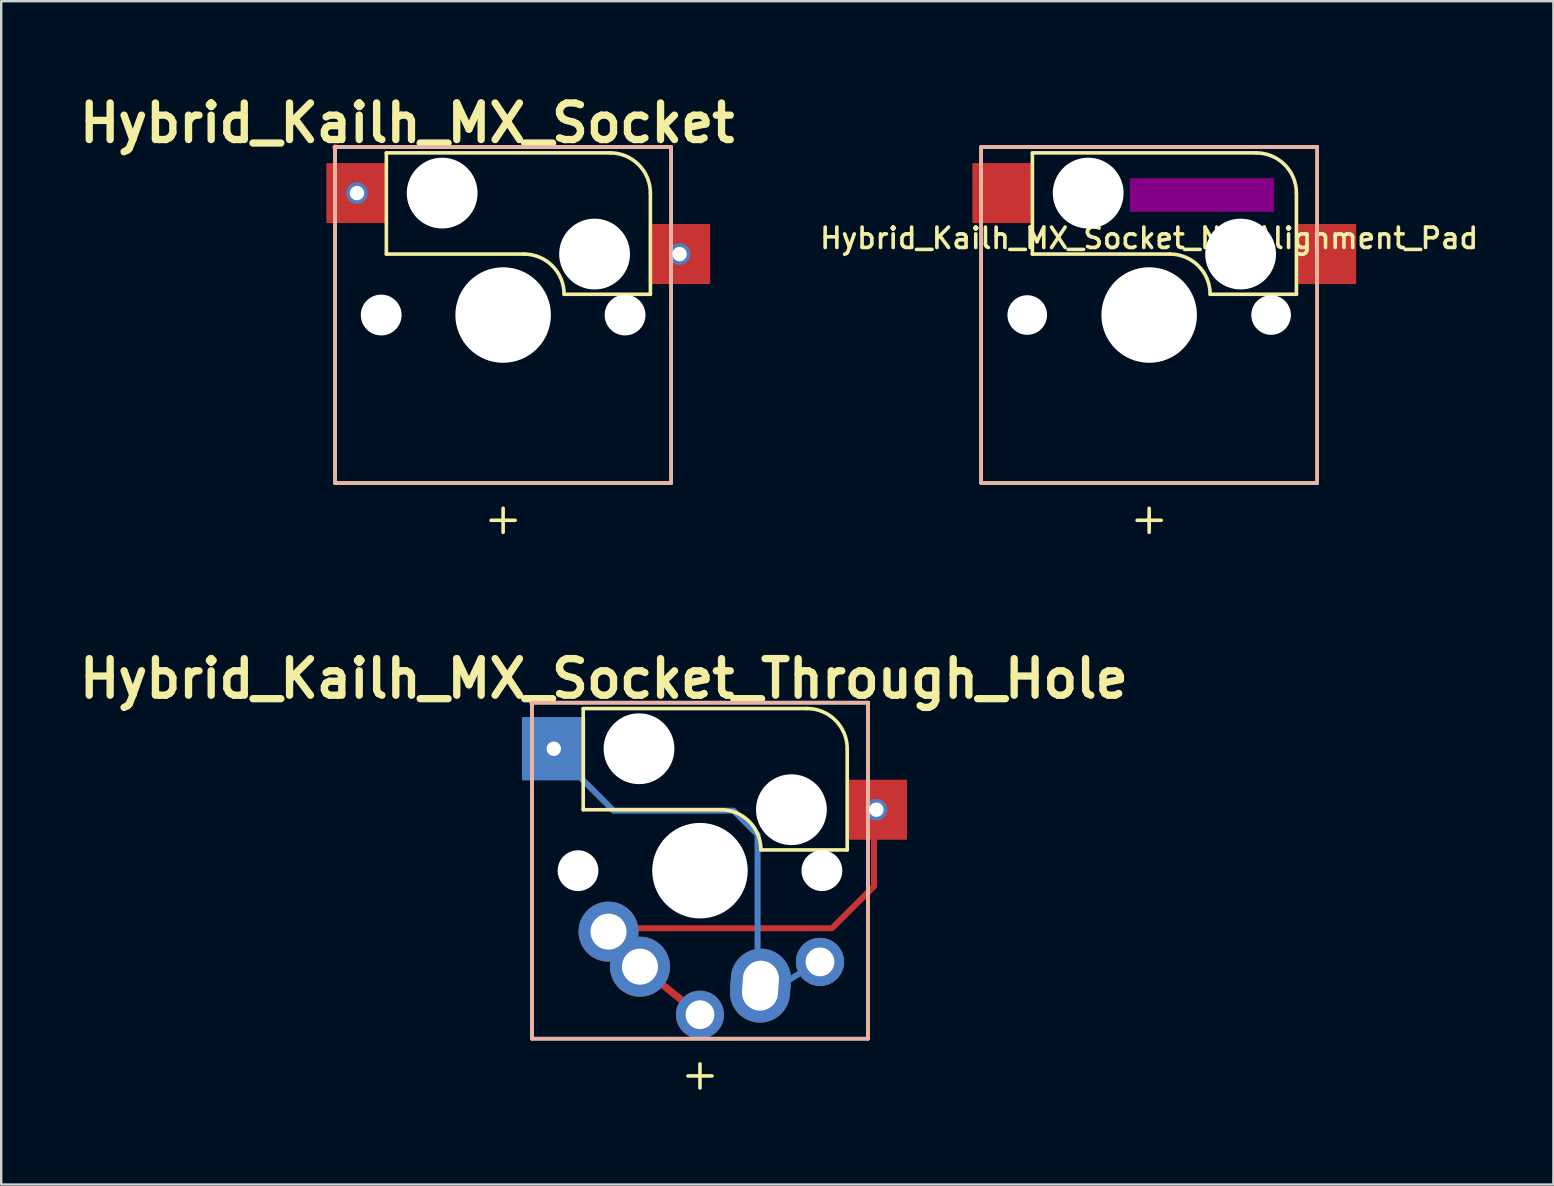
<source format=kicad_pcb>
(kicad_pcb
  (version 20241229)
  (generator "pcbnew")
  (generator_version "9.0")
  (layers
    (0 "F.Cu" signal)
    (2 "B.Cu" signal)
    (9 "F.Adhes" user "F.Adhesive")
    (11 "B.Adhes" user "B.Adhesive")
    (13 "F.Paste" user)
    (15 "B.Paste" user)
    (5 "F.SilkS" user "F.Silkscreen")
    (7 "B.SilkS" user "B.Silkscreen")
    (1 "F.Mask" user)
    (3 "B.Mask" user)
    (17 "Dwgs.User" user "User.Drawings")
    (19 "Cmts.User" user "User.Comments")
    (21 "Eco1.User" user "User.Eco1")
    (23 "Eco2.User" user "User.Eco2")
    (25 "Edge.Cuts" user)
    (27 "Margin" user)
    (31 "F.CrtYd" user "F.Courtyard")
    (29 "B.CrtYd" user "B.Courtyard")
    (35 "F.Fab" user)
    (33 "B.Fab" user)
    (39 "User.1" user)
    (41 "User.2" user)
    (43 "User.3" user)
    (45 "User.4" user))
  (footprint "Hybrid_Kailh_MX_Socket_Through_Hole"
    (layer "F.Cu")
    (at 26.113 33.225)
    (property "Reference" "Hybrid_Kailh_MX_Socket_Through_Hole" (at -4 -8 0) (layer "F.SilkS") (effects (font (size 1.524 1.524) (thickness 0.305))))
    (attr through_hole)
    (fp_line (start -7 -7) (end 7 -7) (stroke (width 0.15) (type solid)) (layer "F.SilkS"))
    (fp_line (start -7 7) (end -7 -7) (stroke (width 0.15) (type solid)) (layer "F.SilkS"))
    (fp_line (start -4.865 -6.75) (end -4.865 -2.54) (stroke (width 0.15) (type solid)) (layer "F.SilkS"))
    (fp_line (start -0.5 8.552) (end 0.5 8.552) (stroke (width 0.15) (type solid)) (layer "F.SilkS"))
    (fp_line (start 0 9.052) (end 0 8.052) (stroke (width 0.15) (type solid)) (layer "F.SilkS"))
    (fp_line (start 0.865 -2.54) (end -4.865 -2.54) (stroke (width 0.15) (type solid)) (layer "F.SilkS"))
    (fp_line (start 4.46 -6.755) (end -4.865 -6.755) (stroke (width 0.15) (type solid)) (layer "F.SilkS"))
    (fp_line (start 6.135 -5.08) (end 6.135 -0.865) (stroke (width 0.15) (type solid)) (layer "F.SilkS"))
    (fp_line (start 6.135 -0.865) (end 2.54 -0.865) (stroke (width 0.15) (type solid)) (layer "F.SilkS"))
    (fp_line (start 7 -7) (end 7 7) (stroke (width 0.15) (type solid)) (layer "F.SilkS"))
    (fp_line (start 7 7) (end -7 7) (stroke (width 0.15) (type solid)) (layer "F.SilkS"))
    (fp_arc (start 0.865 -2.54) (mid 2.049404 -2.049404) (end 2.54 -0.865) (stroke (width 0.15) (type solid)) (layer "F.SilkS"))
    (fp_arc (start 4.460001 -6.755) (mid 5.644405 -6.264403) (end 6.135 -5.079999) (stroke (width 0.15) (type solid)) (layer "F.SilkS"))
    (fp_line (start -7 -7) (end -7 7) (stroke (width 0.15) (type solid)) (layer "B.SilkS"))
    (fp_line (start -7 7) (end 7 7) (stroke (width 0.15) (type solid)) (layer "B.SilkS"))
    (fp_line (start 7 -7) (end -7 -7) (stroke (width 0.15) (type solid)) (layer "B.SilkS"))
    (fp_line (start 7 7) (end 7 -7) (stroke (width 0.15) (type solid)) (layer "B.SilkS"))
    (fp_line (start -10 10) (end -10 -10) (stroke (width 0.15) (type solid)) (layer "Eco1.User"))
    (fp_line (start -10 -10) (end 10 -10) (stroke (width 0.15) (type solid)) (layer "Eco1.User"))
    (fp_line (start 10 10) (end -10 10) (stroke (width 0.15) (type solid)) (layer "Eco1.User"))
    (fp_line (start 10 -10) (end 10 10) (stroke (width 0.15) (type solid)) (layer "Eco1.User"))
    (pad "" connect circle (at -7 -7) (size 0.25 0.25) (layers "F.Cu"))
    (pad "" np_thru_hole circle (at -5.08 0) (size 1.7 1.7) (drill 1.7) (layers "*.Cu" "*.Mask"))
    (pad "" np_thru_hole circle (at -2.54 -5.08) (size 2.95 2.95) (drill 2.95) (layers "*.Cu" "*.Mask"))
    (pad "" np_thru_hole circle (at 0 0) (size 3.98 3.98) (drill 3.98) (layers "*.Cu" "*.Mask"))
    (pad "" np_thru_hole circle (at 3.81 -2.54) (size 2.95 2.95) (drill 2.95) (layers "*.Cu" "*.Mask"))
    (pad "" np_thru_hole circle (at 5.08 0) (size 1.7 1.7) (drill 1.7) (layers "*.Cu" "*.Mask"))
    (pad "1" thru_hole circle (at -3.81 2.54) (size 2.5 2.5) (drill 1.5) (layers "*.Cu" "*.Mask"))
    (pad "1" thru_hole circle (at -2.5 4) (size 2.5 2.5) (drill 1.5) (layers "*.Cu" "*.Mask"))
    (pad "1" thru_hole circle (at 0 6) (size 2 2) (drill 1.2) (layers "*.Cu" "*.Mask"))
    (pad "1" thru_hole circle (at 7.35 -2.54) (size 0.9 0.9) (drill 0.6) (layers "*.Cu"))
    (pad "1" smd rect (at 7.35 -2.54) (size 2.55 2.5) (layers "F.Cu" "F.Mask" "F.Paste"))
    (pad "1" smd custom (at 7.5 -2.5) (size 2 2) (layers "F.Cu") (options (anchor rect)) (primitives (gr_poly (pts (xy -1 -1) (xy 1 -1) (xy 1 1) (xy -1 1)) (width 0.1) (fill yes)) (gr_line (start -0.25 3.15) (end -2 4.9) (width 0.25)) (gr_line (start -0.25 0.4) (end -0.25 3.15) (width 0.25)) (gr_line (start -11.31 5.04) (end -10 6.5) (width 0.25)) (gr_line (start -2 4.9) (end -11.21 4.9) (width 0.25)) (gr_circle (center -11.31 5.04) (end -11 5.04) (width 1.25) (fill no)) (gr_circle (center -10 6.5) (end -9.75 6.5) (width 1.25) (fill no)) (gr_circle (center -7.5 8.5) (end -7.25 8.5) (width 1) (fill no)) (gr_line (start -10 6.5) (end -7.5 8.5) (width 0.3))))
    (pad "2" thru_hole circle (at -6.09 -5.08) (size 0.9 0.9) (drill 0.6) (layers "*.Cu"))
    (pad "2" smd rect (at -6.09 -5.08) (size 2.55 2.5) (layers "F.Cu" "F.Mask" "F.Paste"))
    (pad "2" smd custom (at -6.09 -5.08) (size 2.55 2.5) (layers "B.Cu") (options (anchor rect)) (primitives (gr_line (start -0.26 -0.17) (end 2.49 2.58) (width 0.25)) (gr_circle (center 11.09 8.88) (end 11.59 8.88) (width 1) (fill no)) (gr_circle (center 8.61 9.87) (end 9.235 9.87) (width 1.25) (fill no)) (gr_line (start 2.49 2.58) (end 7.49 2.58) (width 0.25)) (gr_line (start 7.49 2.58) (end 8.49 3.58) (width 0.25)) (gr_line (start 9.09 10.08) (end 11.09 8.83) (width 0.25)) (gr_poly (pts (xy -1.276 -1.27) (xy 1.264 -1.27) (xy 1.264 1.27) (xy -1.276 1.27)) (width 0.1) (fill yes)) (gr_line (start 8.49 3.58) (end 8.49 10.08) (width 0.25))))
    (pad "2" thru_hole oval (at 2.52 4.79 356.1) (size 2.5 3.08) (drill oval 1.5 2.08) (layers "*.Cu" "*.Mask"))
    (pad "2" thru_hole circle (at 5 3.8) (size 2 2) (drill 1.2) (layers "*.Cu" "*.Mask")))
  (footprint "Hybrid_Kailh_MX_Socket_No_Alignment_Pad"
    (layer "F.Cu")
    (at 44.828 10.075)
    (property "Reference" "Hybrid_Kailh_MX_Socket_No_Alignment_Pad" (at 0 -3.2 0) (layer "F.SilkS") (effects (font (size 0.85 0.85) (thickness 0.15))))
    (attr through_hole)
    (fp_line (start -7 -7) (end 7 -7) (stroke (width 0.15) (type solid)) (layer "F.SilkS"))
    (fp_line (start -7 7) (end -7 -7) (stroke (width 0.15) (type solid)) (layer "F.SilkS"))
    (fp_line (start -4.865 -6.75) (end -4.865 -2.54) (stroke (width 0.15) (type solid)) (layer "F.SilkS"))
    (fp_line (start -0.5 8.552) (end 0.5 8.552) (stroke (width 0.15) (type solid)) (layer "F.SilkS"))
    (fp_line (start 0 9.052) (end 0 8.052) (stroke (width 0.15) (type solid)) (layer "F.SilkS"))
    (fp_line (start 0.865 -2.54) (end -4.865 -2.54) (stroke (width 0.15) (type solid)) (layer "F.SilkS"))
    (fp_line (start 4.46 -6.755) (end -4.865 -6.755) (stroke (width 0.15) (type solid)) (layer "F.SilkS"))
    (fp_line (start 6.135 -5.08) (end 6.135 -0.865) (stroke (width 0.15) (type solid)) (layer "F.SilkS"))
    (fp_line (start 6.135 -0.865) (end 2.54 -0.865) (stroke (width 0.15) (type solid)) (layer "F.SilkS"))
    (fp_line (start 7 -7) (end 7 7) (stroke (width 0.15) (type solid)) (layer "F.SilkS"))
    (fp_line (start 7 7) (end -7 7) (stroke (width 0.15) (type solid)) (layer "F.SilkS"))
    (fp_arc (start 0.865 -2.54) (mid 2.049404 -2.049404) (end 2.54 -0.865) (stroke (width 0.15) (type solid)) (layer "F.SilkS"))
    (fp_arc (start 4.460001 -6.755) (mid 5.644405 -6.264403) (end 6.135 -5.079999) (stroke (width 0.15) (type solid)) (layer "F.SilkS"))
    (fp_line (start -7 -7) (end -7 7) (stroke (width 0.15) (type solid)) (layer "B.SilkS"))
    (fp_line (start -7 7) (end 7 7) (stroke (width 0.15) (type solid)) (layer "B.SilkS"))
    (fp_line (start 7 -7) (end -7 -7) (stroke (width 0.15) (type solid)) (layer "B.SilkS"))
    (fp_line (start 7 7) (end 7 -7) (stroke (width 0.15) (type solid)) (layer "B.SilkS"))
    (fp_poly (pts (xy -0.8 -5.7) (xy -0.8 -4.3) (xy 5.2 -4.3) (xy 5.2 -5.7)) (stroke (width 0.01) (type solid)) (fill yes) (layer "F.Adhes"))
    (fp_line (start -10 10) (end -10 -10) (stroke (width 0.15) (type solid)) (layer "Eco1.User"))
    (fp_line (start -10 -10) (end 10 -10) (stroke (width 0.15) (type solid)) (layer "Eco1.User"))
    (fp_line (start 10 10) (end -10 10) (stroke (width 0.15) (type solid)) (layer "Eco1.User"))
    (fp_line (start 10 -10) (end 10 10) (stroke (width 0.15) (type solid)) (layer "Eco1.User"))
    (pad "" np_thru_hole circle (at -5.08 0) (size 1.65 1.65) (drill 1.65) (layers "*.Cu" "*.Mask"))
    (pad "" np_thru_hole circle (at -2.54 -5.08) (size 2.95 2.95) (drill 2.95) (layers "*.Cu" "*.Mask"))
    (pad "" np_thru_hole circle (at 0 0) (size 3.98 3.98) (drill 3.98) (layers "*.Cu" "*.Mask"))
    (pad "" np_thru_hole circle (at 3.81 -2.54) (size 2.95 2.95) (drill 2.95) (layers "*.Cu" "*.Mask"))
    (pad "" np_thru_hole circle (at 5.08 0) (size 1.65 1.65) (drill 1.65) (layers "*.Cu" "*.Mask"))
    (pad "1" smd rect (at 7.35 -2.54) (size 2.55 2.5) (layers "F.Cu" "F.Mask" "F.Paste"))
    (pad "2" smd rect (at -6.09 -5.08) (size 2.55 2.5) (layers "F.Cu" "F.Mask" "F.Paste")))
  (footprint "Hybrid_Kailh_MX_Socket"
    (layer "F.Cu")
    (at 17.912 10.075)
    (property "Reference" "Hybrid_Kailh_MX_Socket" (at -4 -8 0) (layer "F.SilkS") (effects (font (size 1.524 1.524) (thickness 0.305))))
    (attr through_hole)
    (fp_line (start -7 -7) (end 7 -7) (stroke (width 0.15) (type solid)) (layer "F.SilkS"))
    (fp_line (start -7 7) (end -7 -7) (stroke (width 0.15) (type solid)) (layer "F.SilkS"))
    (fp_line (start -4.865 -6.75) (end -4.865 -2.54) (stroke (width 0.15) (type solid)) (layer "F.SilkS"))
    (fp_line (start -0.5 8.552) (end 0.5 8.552) (stroke (width 0.15) (type solid)) (layer "F.SilkS"))
    (fp_line (start 0 9.052) (end 0 8.052) (stroke (width 0.15) (type solid)) (layer "F.SilkS"))
    (fp_line (start 0.865 -2.54) (end -4.865 -2.54) (stroke (width 0.15) (type solid)) (layer "F.SilkS"))
    (fp_line (start 4.46 -6.755) (end -4.865 -6.755) (stroke (width 0.15) (type solid)) (layer "F.SilkS"))
    (fp_line (start 6.135 -5.08) (end 6.135 -0.865) (stroke (width 0.15) (type solid)) (layer "F.SilkS"))
    (fp_line (start 6.135 -0.865) (end 2.54 -0.865) (stroke (width 0.15) (type solid)) (layer "F.SilkS"))
    (fp_line (start 7 -7) (end 7 7) (stroke (width 0.15) (type solid)) (layer "F.SilkS"))
    (fp_line (start 7 7) (end -7 7) (stroke (width 0.15) (type solid)) (layer "F.SilkS"))
    (fp_arc (start 0.865 -2.54) (mid 2.049404 -2.049404) (end 2.54 -0.865) (stroke (width 0.15) (type solid)) (layer "F.SilkS"))
    (fp_arc (start 4.46 -6.755) (mid 5.644404 -6.264404) (end 6.135 -5.08) (stroke (width 0.15) (type solid)) (layer "F.SilkS"))
    (fp_line (start -7 -7) (end -7 7) (stroke (width 0.15) (type solid)) (layer "B.SilkS"))
    (fp_line (start -7 7) (end 7 7) (stroke (width 0.15) (type solid)) (layer "B.SilkS"))
    (fp_line (start 7 -7) (end -7 -7) (stroke (width 0.15) (type solid)) (layer "B.SilkS"))
    (fp_line (start 7 7) (end 7 -7) (stroke (width 0.15) (type solid)) (layer "B.SilkS"))
    (fp_line (start -10 -10) (end 10 -10) (stroke (width 0.15) (type solid)) (layer "Eco1.User"))
    (fp_line (start -10 10) (end -10 -10) (stroke (width 0.15) (type solid)) (layer "Eco1.User"))
    (fp_line (start 10 -10) (end 10 10) (stroke (width 0.15) (type solid)) (layer "Eco1.User"))
    (fp_line (start 10 10) (end -10 10) (stroke (width 0.15) (type solid)) (layer "Eco1.User"))
    (pad "" connect circle (at -7 -7) (size 0.25 0.25) (layers "F.Cu"))
    (pad "" np_thru_hole circle (at -5.08 0) (size 1.7 1.7) (drill 1.7) (layers "*.Cu" "*.Mask"))
    (pad "" np_thru_hole circle (at -2.54 -5.08) (size 2.95 2.95) (drill 2.95) (layers "*.Cu" "*.Mask"))
    (pad "" np_thru_hole circle (at 0 0) (size 3.98 3.98) (drill 3.98) (layers "*.Cu" "*.Mask"))
    (pad "" np_thru_hole circle (at 3.81 -2.54) (size 2.95 2.95) (drill 2.95) (layers "*.Cu" "*.Mask"))
    (pad "" np_thru_hole circle (at 5.08 0) (size 1.7 1.7) (drill 1.7) (layers "*.Cu" "*.Mask"))
    (pad "1" thru_hole circle (at 7.35 -2.54) (size 0.9 0.9) (drill 0.6) (layers "*.Cu"))
    (pad "1" smd rect (at 7.35 -2.54) (size 2.55 2.5) (layers "F.Cu" "F.Mask" "F.Paste"))
    (pad "2" thru_hole circle (at -6.09 -5.08) (size 0.9 0.9) (drill 0.6) (layers "*.Cu"))
    (pad "2" smd rect (at -6.09 -5.08) (size 2.55 2.5) (layers "F.Cu" "F.Mask" "F.Paste")))
  (gr_rect
    (start -3 -3)
    (end 61.669 46.3)
    (stroke (width 0.1) (type default))
    (fill no)
    (layer "Edge.Cuts")))
</source>
